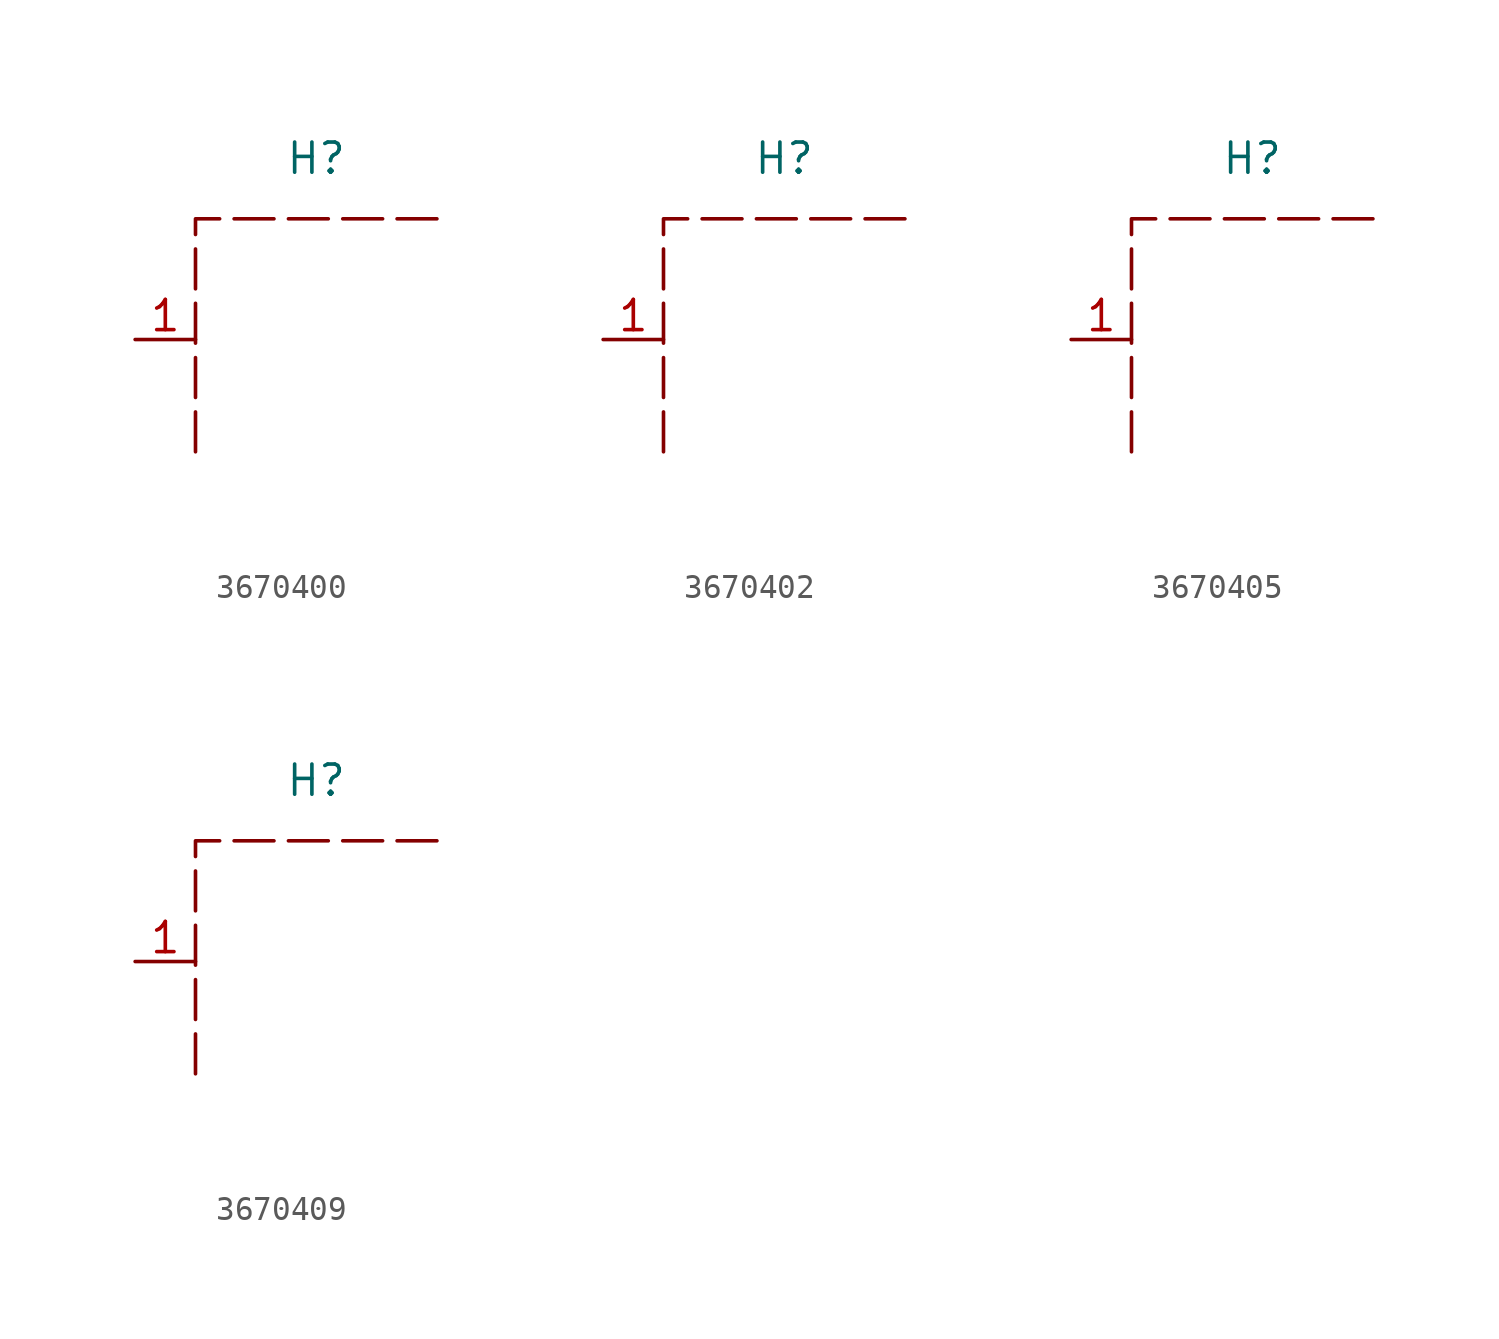
<source format=kicad_sym>
(kicad_symbol_lib
  (version 20220914)
  (generator kicad_symbol_editor)
  (symbol "3670400"
    (pin_names hide)
    (property "Reference" "H"
      (at 0 7.62 0)
      (effects (font (size 1.27 1.27))))
    (property "Critical Parameter" ""
      (at 0 -7.62 0)
      (effects (font (size 1.27 1.27))))
    (symbol "3670400_1_1"
      (polyline (pts (xy 5.08 5.08) (xy -5.08 5.08) (xy -5.08 -5.08)) (stroke (width 0) (type dash)) (fill (type none)))
      (pin power_in line (at -7.62 0 0) (length 2.54) (name "GND" (effects (font (size 1.27 1.27)))) (number "1" (effects (font (size 1.27 1.27)))))))
  (symbol "3670402"
    (pin_names hide)
    (property "Reference" "H"
      (at 0 7.62 0)
      (effects (font (size 1.27 1.27))))
    (property "Critical Parameter" ""
      (at 0 -7.62 0)
      (effects (font (size 1.27 1.27))))
    (symbol "3670402_1_1"
      (polyline (pts (xy 5.08 5.08) (xy -5.08 5.08) (xy -5.08 -5.08)) (stroke (width 0) (type dash)) (fill (type none)))
      (pin power_in line (at -7.62 0 0) (length 2.54) (name "GND" (effects (font (size 1.27 1.27)))) (number "1" (effects (font (size 1.27 1.27)))))))
  (symbol "3670405"
    (pin_names hide)
    (property "Reference" "H"
      (at 0 7.62 0)
      (effects (font (size 1.27 1.27))))
    (property "Critical Parameter" ""
      (at 0 -7.62 0)
      (effects (font (size 1.27 1.27))))
    (symbol "3670405_1_1"
      (polyline (pts (xy 5.08 5.08) (xy -5.08 5.08) (xy -5.08 -5.08)) (stroke (width 0) (type dash)) (fill (type none)))
      (pin power_in line (at -7.62 0 0) (length 2.54) (name "GND" (effects (font (size 1.27 1.27)))) (number "1" (effects (font (size 1.27 1.27)))))))
  (symbol "3670409"
    (pin_names hide)
    (property "Reference" "H"
      (at 0 7.62 0)
      (effects (font (size 1.27 1.27))))
    (property "Critical Parameter" ""
      (at 0 -7.62 0)
      (effects (font (size 1.27 1.27))))
    (symbol "3670409_1_1"
      (polyline (pts (xy 5.08 5.08) (xy -5.08 5.08) (xy -5.08 -5.08)) (stroke (width 0) (type dash)) (fill (type none)))
      (pin power_in line (at -7.62 0 0) (length 2.54) (name "GND" (effects (font (size 1.27 1.27)))) (number "1" (effects (font (size 1.27 1.27))))))))
</source>
